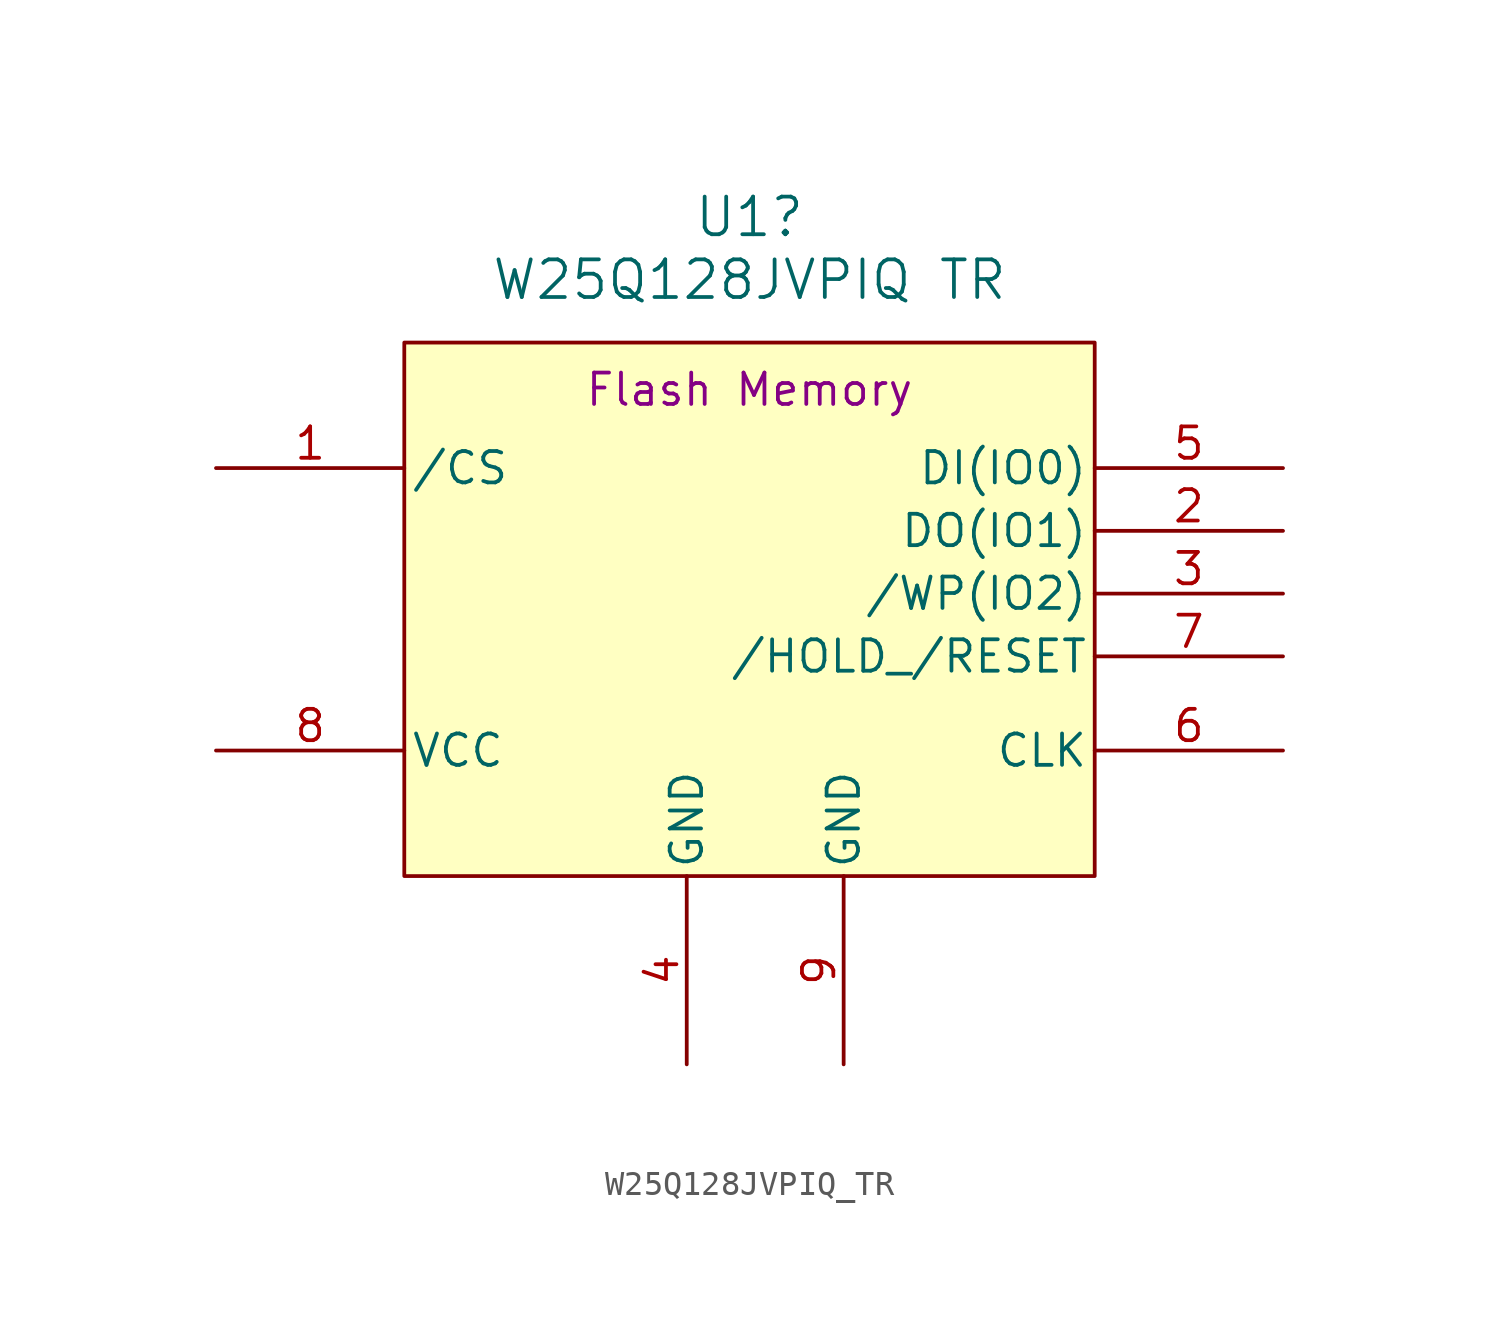
<source format=kicad_sym>
(kicad_symbol_lib
  (version 20220914)
  (generator kicad_symbol_editor)
  (symbol "W25Q128JVPIQ_TR"
    (pin_names
      (offset 0.254))
    (property "Reference" "U1"
      (at 40.64 12.7 0)
      (effects (font (size 1.524 1.524))))
    (property "Value" "W25Q128JVPIQ TR"
      (at 40.64 10.16 0)
      (effects (font (size 1.524 1.524))))
    (property "Description" "Flash Memory"
      (at 40.64 5.715 0)
      (effects (font (size 1.27 1.27))))
    (property "ki_locked" ""
      (at 0 0 0)
      (effects (font (size 1.27 1.27))))
    (symbol "W25Q128JVPIQ_TR_0_1"
      (pin input line (at 19.05 2.54 0) (length 7.62) (name "/CS" (effects (font (size 1.27 1.27)))) (number "1" (effects (font (size 1.27 1.27)))))
      (pin bidirectional line (at 62.23 -2.54 180) (length 7.62) (name "/WP(IO2)" (effects (font (size 1.27 1.27)))) (number "3" (effects (font (size 1.27 1.27)))))
      (pin power_out line (at 38.1 -21.59 90) (length 7.62) (name "GND" (effects (font (size 1.27 1.27)))) (number "4" (effects (font (size 1.27 1.27)))))
      (pin bidirectional line (at 62.23 2.54 180) (length 7.62) (name "DI(IO0)" (effects (font (size 1.27 1.27)))) (number "5" (effects (font (size 1.27 1.27)))))
      (pin input line (at 62.23 -8.89 180) (length 7.62) (name "CLK" (effects (font (size 1.27 1.27)))) (number "6" (effects (font (size 1.27 1.27)))))
      (pin bidirectional line (at 62.23 -5.08 180) (length 7.62) (name "/HOLD_/RESET" (effects (font (size 1.27 1.27)))) (number "7" (effects (font (size 1.27 1.27)))))
      (pin power_in line (at 19.05 -8.89 0) (length 7.62) (name "VCC" (effects (font (size 1.27 1.27)))) (number "8" (effects (font (size 1.27 1.27)))))
      (pin power_out line (at 44.45 -21.59 90) (length 7.62) (name "GND" (effects (font (size 1.27 1.27)))) (number "9" (effects (font (size 1.27 1.27))))))
    (symbol "W25Q128JVPIQ_TR_1_1"
      (rectangle (start 26.67 7.62) (end 54.61 -13.97) (stroke (width 0) (type default)) (fill (type background)))
      (pin bidirectional line (at 62.23 0 180) (length 7.62) (name "DO(IO1)" (effects (font (size 1.27 1.27)))) (number "2" (effects (font (size 1.27 1.27))))))))
</source>
